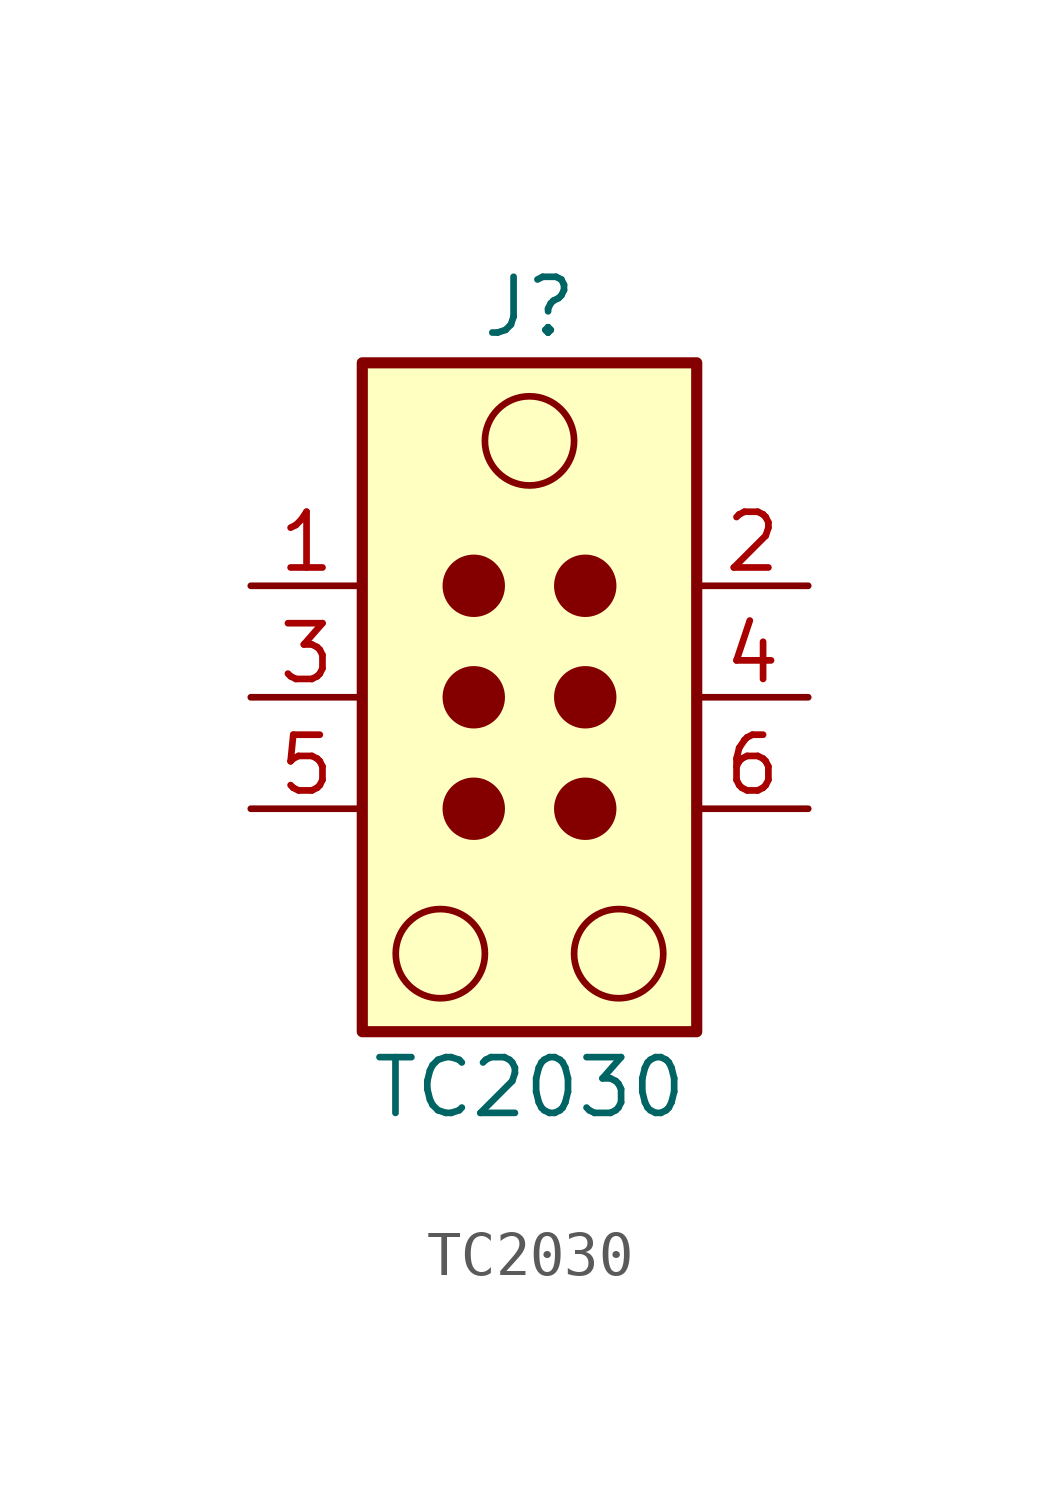
<source format=kicad_sym>
(kicad_symbol_lib
  (version 20241209)
  (generator "kicad_symbol_editor")
  (generator_version "9.0")
  (symbol "TC2030"
    (property "Reference" "J"
      (at 1.27 8.89 0)
      (effects (font (size 1.27 1.27))))
    (property "Value" "TC2030"
      (at 1.27 -8.89 0)
      (effects (font (size 1.27 1.27))))
    (symbol "TC2030_1_1"
      (rectangle (start -2.54 7.62) (end 5.08 -7.62) (stroke (width 0.254) (type default)) (fill (type background)))
      (circle (center -0.762 -5.842) (radius 1.016) (stroke (width 0) (type default)) (fill (type none)))
      (circle (center 0 2.54) (radius 0.635) (stroke (width 0) (type default)) (fill (type outline)))
      (circle (center 0 0) (radius 0.635) (stroke (width 0) (type default)) (fill (type outline)))
      (circle (center 0 -2.54) (radius 0.635) (stroke (width 0) (type default)) (fill (type outline)))
      (circle (center 1.27 5.842) (radius 1.016) (stroke (width 0) (type default)) (fill (type none)))
      (circle (center 2.54 2.54) (radius 0.635) (stroke (width 0) (type default)) (fill (type outline)))
      (circle (center 2.54 0) (radius 0.635) (stroke (width 0) (type default)) (fill (type outline)))
      (circle (center 2.54 -2.54) (radius 0.635) (stroke (width 0) (type default)) (fill (type outline)))
      (circle (center 3.302 -5.842) (radius 1.016) (stroke (width 0) (type default)) (fill (type none)))
      (pin passive line (at -5.08 2.54 0) (length 2.54) (name "~" (effects (font (size 1.27 1.27)))) (number "1" (effects (font (size 1.27 1.27)))))
      (pin passive line (at -5.08 0 0) (length 2.54) (name "~" (effects (font (size 1.27 1.27)))) (number "3" (effects (font (size 1.27 1.27)))))
      (pin passive line (at -5.08 -2.54 0) (length 2.54) (name "~" (effects (font (size 1.27 1.27)))) (number "5" (effects (font (size 1.27 1.27)))))
      (pin passive line (at 7.62 2.54 180) (length 2.54) (name "~" (effects (font (size 1.27 1.27)))) (number "2" (effects (font (size 1.27 1.27)))))
      (pin passive line (at 7.62 0 180) (length 2.54) (name "~" (effects (font (size 1.27 1.27)))) (number "4" (effects (font (size 1.27 1.27)))))
      (pin passive line (at 7.62 -2.54 180) (length 2.54) (name "~" (effects (font (size 1.27 1.27)))) (number "6" (effects (font (size 1.27 1.27))))))))
</source>
